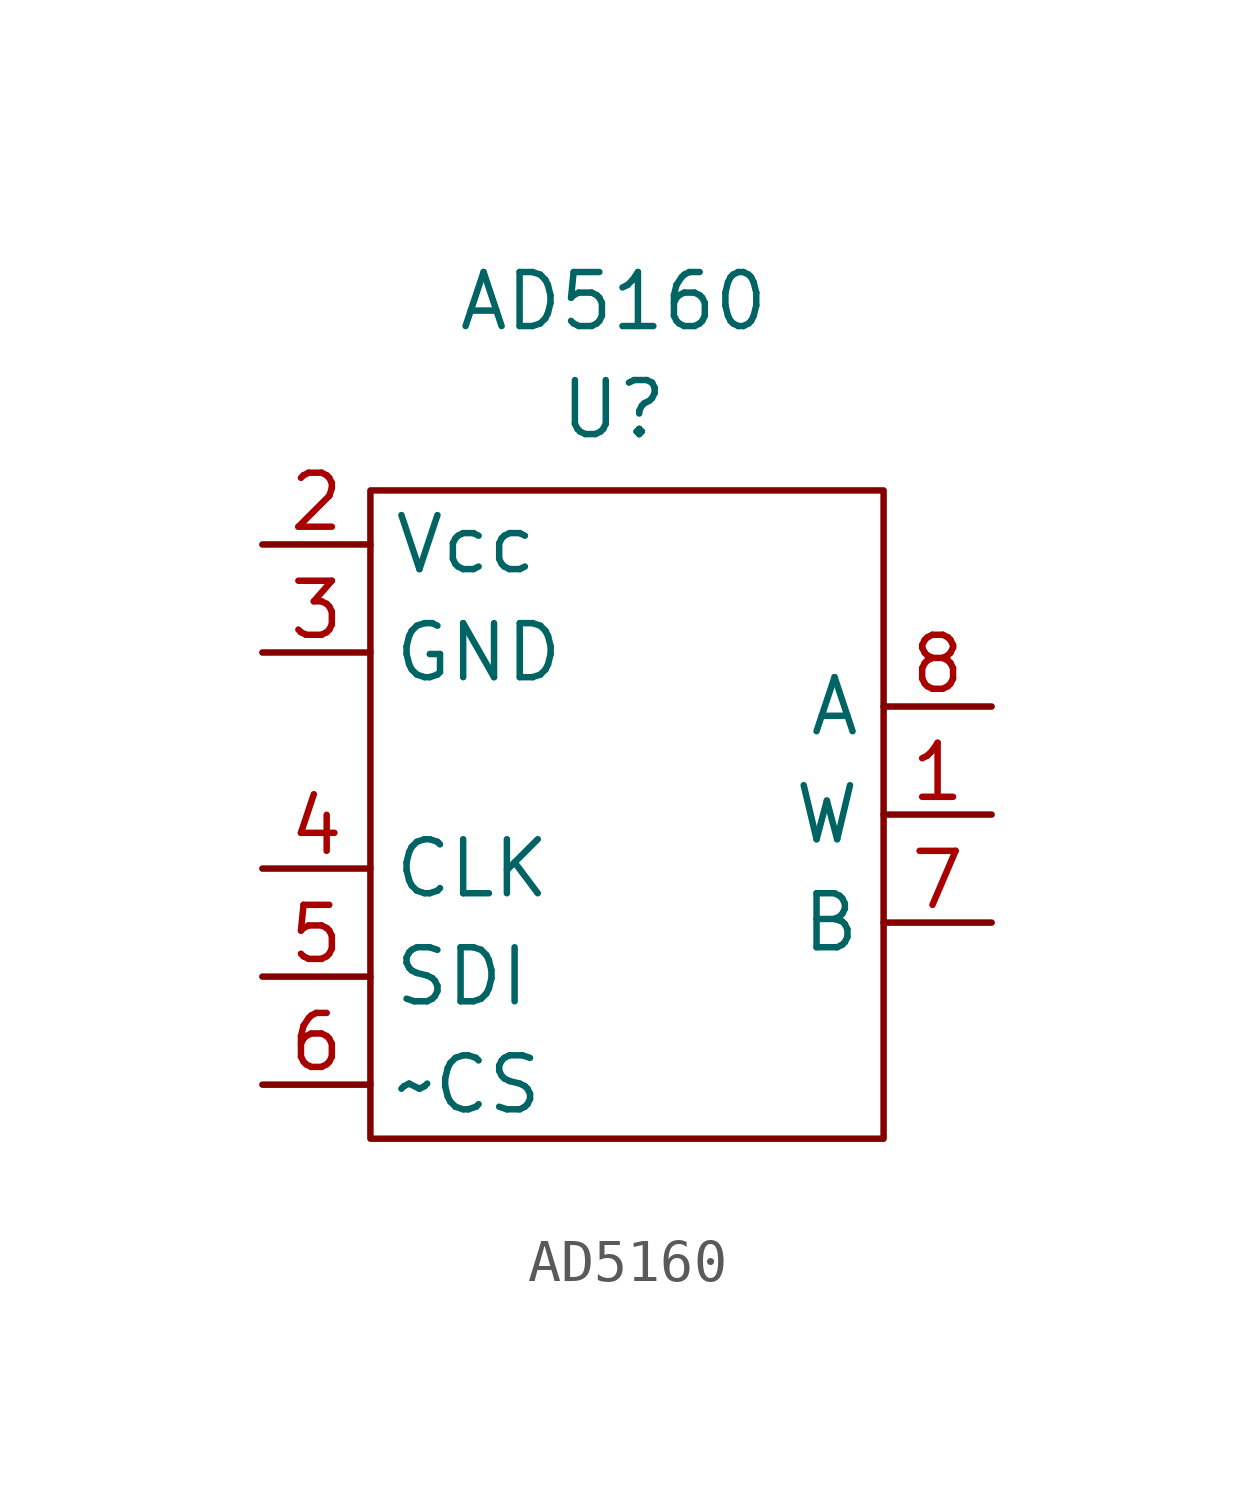
<source format=kicad_sym>
(kicad_symbol_lib
  (version 20211014)
  (generator kicad_symbol_editor)
  (symbol "AD5160"
    (property "Reference" "U"
      (at 0 9.525 0)
      (effects (font (size 1.27 1.27))))
    (property "Value" "AD5160"
      (at 0 12.065 0)
      (effects (font (size 1.27 1.27))))
    (symbol "AD5160_0_1"
      (rectangle (start -5.715 7.62) (end 6.35 -7.62) (stroke (width 0) (type default) (color 0 0 0 0)) (fill (type none))))
    (symbol "AD5160_1_1"
      (pin passive line (at 8.89 0 180) (length 2.54) (name "W" (effects (font (size 1.27 1.27)))) (number "1" (effects (font (size 1.27 1.27)))))
      (pin power_in line (at -8.255 6.35 0) (length 2.54) (name "Vcc" (effects (font (size 1.27 1.27)))) (number "2" (effects (font (size 1.27 1.27)))))
      (pin power_in line (at -8.255 3.81 0) (length 2.54) (name "GND" (effects (font (size 1.27 1.27)))) (number "3" (effects (font (size 1.27 1.27)))))
      (pin input line (at -8.255 -1.27 0) (length 2.54) (name "CLK" (effects (font (size 1.27 1.27)))) (number "4" (effects (font (size 1.27 1.27)))))
      (pin input line (at -8.255 -3.81 0) (length 2.54) (name "SDI" (effects (font (size 1.27 1.27)))) (number "5" (effects (font (size 1.27 1.27)))))
      (pin input line (at -8.255 -6.35 0) (length 2.54) (name "~CS" (effects (font (size 1.27 1.27)))) (number "6" (effects (font (size 1.27 1.27)))))
      (pin passive line (at 8.89 -2.54 180) (length 2.54) (name "B" (effects (font (size 1.27 1.27)))) (number "7" (effects (font (size 1.27 1.27)))))
      (pin passive line (at 8.89 2.54 180) (length 2.54) (name "A" (effects (font (size 1.27 1.27)))) (number "8" (effects (font (size 1.27 1.27))))))))
</source>
